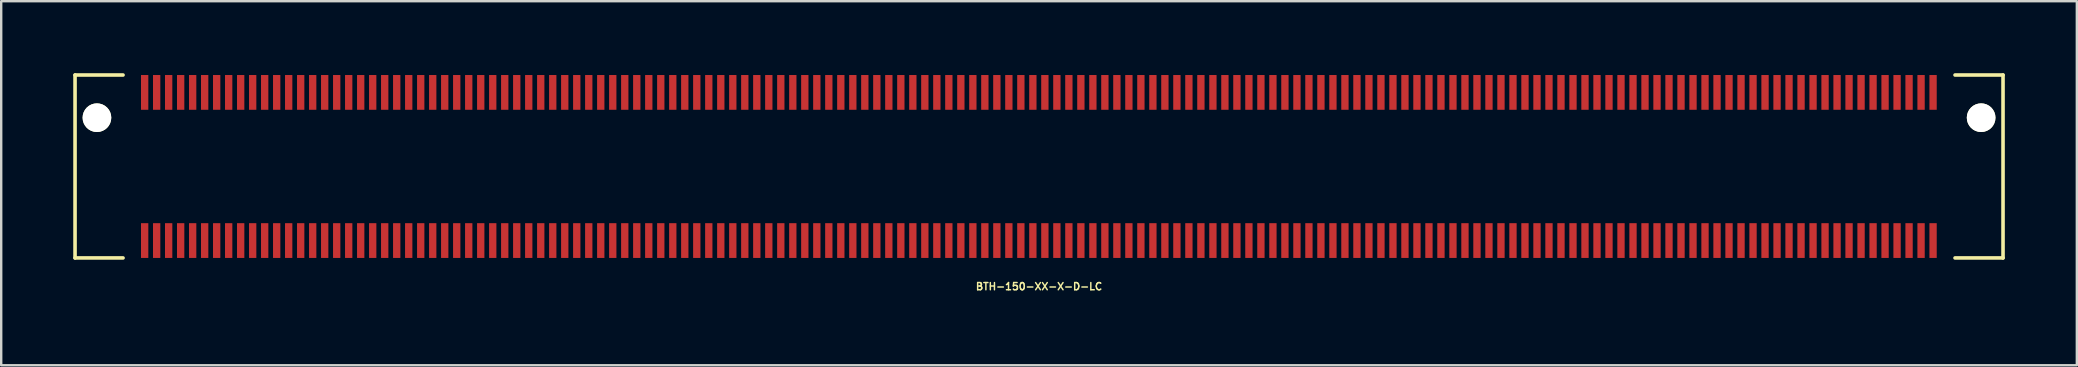
<source format=kicad_pcb>
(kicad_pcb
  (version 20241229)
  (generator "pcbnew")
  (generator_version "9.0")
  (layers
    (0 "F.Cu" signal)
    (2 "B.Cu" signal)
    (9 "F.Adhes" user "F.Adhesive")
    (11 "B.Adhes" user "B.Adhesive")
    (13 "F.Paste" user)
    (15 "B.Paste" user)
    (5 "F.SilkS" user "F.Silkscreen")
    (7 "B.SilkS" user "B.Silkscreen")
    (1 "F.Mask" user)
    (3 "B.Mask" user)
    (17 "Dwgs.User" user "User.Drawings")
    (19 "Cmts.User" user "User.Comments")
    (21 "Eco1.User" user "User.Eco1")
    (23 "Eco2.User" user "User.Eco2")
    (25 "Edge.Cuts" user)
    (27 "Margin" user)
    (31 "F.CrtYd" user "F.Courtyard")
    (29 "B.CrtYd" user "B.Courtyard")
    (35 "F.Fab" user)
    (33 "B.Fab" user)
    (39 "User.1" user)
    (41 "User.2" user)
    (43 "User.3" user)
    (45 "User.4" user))
  (footprint "BTH-150-XX-X-D-LC"
    (layer "F.Cu")
    (at 40.233 3.885)
    (property "Reference" "BTH-150-XX-X-D-LC" (at 0 5 0) (layer "F.SilkS") (effects (font (size 0.3 0.3) (thickness 0.061))))
    (attr smd)
    (fp_line (start -40.157 -3.81) (end -40.157 3.81) (stroke (width 0.15) (type solid)) (layer "F.SilkS"))
    (fp_line (start -40.157 3.81) (end -38.157 3.81) (stroke (width 0.15) (type solid)) (layer "F.SilkS"))
    (fp_line (start -38.157 -3.81) (end -40.157 -3.81) (stroke (width 0.15) (type solid)) (layer "F.SilkS"))
    (fp_line (start 38.157 -3.81) (end 40.157 -3.81) (stroke (width 0.15) (type solid)) (layer "F.SilkS"))
    (fp_line (start 40.157 -3.81) (end 40.157 3.81) (stroke (width 0.15) (type solid)) (layer "F.SilkS"))
    (fp_line (start 40.157 3.81) (end 38.157 3.81) (stroke (width 0.15) (type solid)) (layer "F.SilkS"))
    (pad "" np_thru_hole circle (at -39.245 -2.032) (size 1.194 1.194) (drill 1.194) (layers "*.Cu" "*.Mask" "F.SilkS"))
    (pad "" np_thru_hole circle (at 39.245 -2.032) (size 1.194 1.194) (drill 1.194) (layers "*.Cu" "*.Mask" "F.SilkS"))
    (pad "1" smd rect (at -37.257 -3.086) (size 0.305 1.448) (layers "F.Cu" "F.Mask" "F.Paste"))
    (pad "2" smd rect (at -37.257 3.086) (size 0.305 1.448) (layers "F.Cu" "F.Mask" "F.Paste"))
    (pad "3" smd rect (at -36.757 -3.086) (size 0.305 1.448) (layers "F.Cu" "F.Mask" "F.Paste"))
    (pad "4" smd rect (at -36.757 3.086) (size 0.305 1.448) (layers "F.Cu" "F.Mask" "F.Paste"))
    (pad "5" smd rect (at -36.257 -3.086) (size 0.305 1.448) (layers "F.Cu" "F.Mask" "F.Paste"))
    (pad "6" smd rect (at -36.257 3.086) (size 0.305 1.448) (layers "F.Cu" "F.Mask" "F.Paste"))
    (pad "7" smd rect (at -35.757 -3.086) (size 0.305 1.448) (layers "F.Cu" "F.Mask" "F.Paste"))
    (pad "8" smd rect (at -35.757 3.086) (size 0.305 1.448) (layers "F.Cu" "F.Mask" "F.Paste"))
    (pad "9" smd rect (at -35.257 -3.086) (size 0.305 1.448) (layers "F.Cu" "F.Mask" "F.Paste"))
    (pad "10" smd rect (at -35.257 3.086) (size 0.305 1.448) (layers "F.Cu" "F.Mask" "F.Paste"))
    (pad "11" smd rect (at -34.757 -3.086) (size 0.305 1.448) (layers "F.Cu" "F.Mask" "F.Paste"))
    (pad "12" smd rect (at -34.757 3.086) (size 0.305 1.448) (layers "F.Cu" "F.Mask" "F.Paste"))
    (pad "13" smd rect (at -34.257 -3.086) (size 0.305 1.448) (layers "F.Cu" "F.Mask" "F.Paste"))
    (pad "14" smd rect (at -34.257 3.086) (size 0.305 1.448) (layers "F.Cu" "F.Mask" "F.Paste"))
    (pad "15" smd rect (at -33.757 -3.086) (size 0.305 1.448) (layers "F.Cu" "F.Mask" "F.Paste"))
    (pad "16" smd rect (at -33.757 3.086) (size 0.305 1.448) (layers "F.Cu" "F.Mask" "F.Paste"))
    (pad "17" smd rect (at -33.257 -3.086) (size 0.305 1.448) (layers "F.Cu" "F.Mask" "F.Paste"))
    (pad "18" smd rect (at -33.257 3.086) (size 0.305 1.448) (layers "F.Cu" "F.Mask" "F.Paste"))
    (pad "19" smd rect (at -32.757 -3.086) (size 0.305 1.448) (layers "F.Cu" "F.Mask" "F.Paste"))
    (pad "20" smd rect (at -32.757 3.086) (size 0.305 1.448) (layers "F.Cu" "F.Mask" "F.Paste"))
    (pad "21" smd rect (at -32.257 -3.086) (size 0.305 1.448) (layers "F.Cu" "F.Mask" "F.Paste"))
    (pad "22" smd rect (at -32.257 3.086) (size 0.305 1.448) (layers "F.Cu" "F.Mask" "F.Paste"))
    (pad "23" smd rect (at -31.757 -3.086) (size 0.305 1.448) (layers "F.Cu" "F.Mask" "F.Paste"))
    (pad "24" smd rect (at -31.757 3.086) (size 0.305 1.448) (layers "F.Cu" "F.Mask" "F.Paste"))
    (pad "25" smd rect (at -31.257 -3.086) (size 0.305 1.448) (layers "F.Cu" "F.Mask" "F.Paste"))
    (pad "26" smd rect (at -31.257 3.086) (size 0.305 1.448) (layers "F.Cu" "F.Mask" "F.Paste"))
    (pad "27" smd rect (at -30.757 -3.086) (size 0.305 1.448) (layers "F.Cu" "F.Mask" "F.Paste"))
    (pad "28" smd rect (at -30.757 3.086) (size 0.305 1.448) (layers "F.Cu" "F.Mask" "F.Paste"))
    (pad "29" smd rect (at -30.257 -3.086) (size 0.305 1.448) (layers "F.Cu" "F.Mask" "F.Paste"))
    (pad "30" smd rect (at -30.257 3.086) (size 0.305 1.448) (layers "F.Cu" "F.Mask" "F.Paste"))
    (pad "31" smd rect (at -29.757 -3.086) (size 0.305 1.448) (layers "F.Cu" "F.Mask" "F.Paste"))
    (pad "32" smd rect (at -29.757 3.086) (size 0.305 1.448) (layers "F.Cu" "F.Mask" "F.Paste"))
    (pad "33" smd rect (at -29.257 -3.086) (size 0.305 1.448) (layers "F.Cu" "F.Mask" "F.Paste"))
    (pad "34" smd rect (at -29.257 3.086) (size 0.305 1.448) (layers "F.Cu" "F.Mask" "F.Paste"))
    (pad "35" smd rect (at -28.757 -3.086) (size 0.305 1.448) (layers "F.Cu" "F.Mask" "F.Paste"))
    (pad "36" smd rect (at -28.757 3.086) (size 0.305 1.448) (layers "F.Cu" "F.Mask" "F.Paste"))
    (pad "37" smd rect (at -28.257 -3.086) (size 0.305 1.448) (layers "F.Cu" "F.Mask" "F.Paste"))
    (pad "38" smd rect (at -28.257 3.086) (size 0.305 1.448) (layers "F.Cu" "F.Mask" "F.Paste"))
    (pad "39" smd rect (at -27.757 -3.086) (size 0.305 1.448) (layers "F.Cu" "F.Mask" "F.Paste"))
    (pad "40" smd rect (at -27.757 3.086) (size 0.305 1.448) (layers "F.Cu" "F.Mask" "F.Paste"))
    (pad "41" smd rect (at -27.257 -3.086) (size 0.305 1.448) (layers "F.Cu" "F.Mask" "F.Paste"))
    (pad "42" smd rect (at -27.257 3.086) (size 0.305 1.448) (layers "F.Cu" "F.Mask" "F.Paste"))
    (pad "43" smd rect (at -26.757 -3.086) (size 0.305 1.448) (layers "F.Cu" "F.Mask" "F.Paste"))
    (pad "44" smd rect (at -26.757 3.086) (size 0.305 1.448) (layers "F.Cu" "F.Mask" "F.Paste"))
    (pad "45" smd rect (at -26.257 -3.086) (size 0.305 1.448) (layers "F.Cu" "F.Mask" "F.Paste"))
    (pad "46" smd rect (at -26.257 3.086) (size 0.305 1.448) (layers "F.Cu" "F.Mask" "F.Paste"))
    (pad "47" smd rect (at -25.757 -3.086) (size 0.305 1.448) (layers "F.Cu" "F.Mask" "F.Paste"))
    (pad "48" smd rect (at -25.757 3.086) (size 0.305 1.448) (layers "F.Cu" "F.Mask" "F.Paste"))
    (pad "49" smd rect (at -25.257 -3.086) (size 0.305 1.448) (layers "F.Cu" "F.Mask" "F.Paste"))
    (pad "50" smd rect (at -25.257 3.086) (size 0.305 1.448) (layers "F.Cu" "F.Mask" "F.Paste"))
    (pad "51" smd rect (at -24.757 -3.086) (size 0.305 1.448) (layers "F.Cu" "F.Mask" "F.Paste"))
    (pad "52" smd rect (at -24.757 3.086) (size 0.305 1.448) (layers "F.Cu" "F.Mask" "F.Paste"))
    (pad "53" smd rect (at -24.257 -3.086) (size 0.305 1.448) (layers "F.Cu" "F.Mask" "F.Paste"))
    (pad "54" smd rect (at -24.257 3.086) (size 0.305 1.448) (layers "F.Cu" "F.Mask" "F.Paste"))
    (pad "55" smd rect (at -23.757 -3.086) (size 0.305 1.448) (layers "F.Cu" "F.Mask" "F.Paste"))
    (pad "56" smd rect (at -23.757 3.086) (size 0.305 1.448) (layers "F.Cu" "F.Mask" "F.Paste"))
    (pad "57" smd rect (at -23.257 -3.086) (size 0.305 1.448) (layers "F.Cu" "F.Mask" "F.Paste"))
    (pad "58" smd rect (at -23.257 3.086) (size 0.305 1.448) (layers "F.Cu" "F.Mask" "F.Paste"))
    (pad "59" smd rect (at -22.757 -3.086) (size 0.305 1.448) (layers "F.Cu" "F.Mask" "F.Paste"))
    (pad "60" smd rect (at -22.757 3.086) (size 0.305 1.448) (layers "F.Cu" "F.Mask" "F.Paste"))
    (pad "61" smd rect (at -22.257 -3.086) (size 0.305 1.448) (layers "F.Cu" "F.Mask" "F.Paste"))
    (pad "62" smd rect (at -22.257 3.086) (size 0.305 1.448) (layers "F.Cu" "F.Mask" "F.Paste"))
    (pad "63" smd rect (at -21.757 -3.086) (size 0.305 1.448) (layers "F.Cu" "F.Mask" "F.Paste"))
    (pad "64" smd rect (at -21.757 3.086) (size 0.305 1.448) (layers "F.Cu" "F.Mask" "F.Paste"))
    (pad "65" smd rect (at -21.257 -3.086) (size 0.305 1.448) (layers "F.Cu" "F.Mask" "F.Paste"))
    (pad "66" smd rect (at -21.257 3.086) (size 0.305 1.448) (layers "F.Cu" "F.Mask" "F.Paste"))
    (pad "67" smd rect (at -20.757 -3.086) (size 0.305 1.448) (layers "F.Cu" "F.Mask" "F.Paste"))
    (pad "68" smd rect (at -20.757 3.086) (size 0.305 1.448) (layers "F.Cu" "F.Mask" "F.Paste"))
    (pad "69" smd rect (at -20.257 -3.086) (size 0.305 1.448) (layers "F.Cu" "F.Mask" "F.Paste"))
    (pad "70" smd rect (at -20.257 3.086) (size 0.305 1.448) (layers "F.Cu" "F.Mask" "F.Paste"))
    (pad "71" smd rect (at -19.757 -3.086) (size 0.305 1.448) (layers "F.Cu" "F.Mask" "F.Paste"))
    (pad "72" smd rect (at -19.757 3.086) (size 0.305 1.448) (layers "F.Cu" "F.Mask" "F.Paste"))
    (pad "73" smd rect (at -19.257 -3.086) (size 0.305 1.448) (layers "F.Cu" "F.Mask" "F.Paste"))
    (pad "74" smd rect (at -19.257 3.086) (size 0.305 1.448) (layers "F.Cu" "F.Mask" "F.Paste"))
    (pad "75" smd rect (at -18.757 -3.086) (size 0.305 1.448) (layers "F.Cu" "F.Mask" "F.Paste"))
    (pad "76" smd rect (at -18.757 3.086) (size 0.305 1.448) (layers "F.Cu" "F.Mask" "F.Paste"))
    (pad "77" smd rect (at -18.257 -3.086) (size 0.305 1.448) (layers "F.Cu" "F.Mask" "F.Paste"))
    (pad "78" smd rect (at -18.257 3.086) (size 0.305 1.448) (layers "F.Cu" "F.Mask" "F.Paste"))
    (pad "79" smd rect (at -17.757 -3.086) (size 0.305 1.448) (layers "F.Cu" "F.Mask" "F.Paste"))
    (pad "80" smd rect (at -17.757 3.086) (size 0.305 1.448) (layers "F.Cu" "F.Mask" "F.Paste"))
    (pad "81" smd rect (at -17.257 -3.086) (size 0.305 1.448) (layers "F.Cu" "F.Mask" "F.Paste"))
    (pad "82" smd rect (at -17.257 3.086) (size 0.305 1.448) (layers "F.Cu" "F.Mask" "F.Paste"))
    (pad "83" smd rect (at -16.757 -3.086) (size 0.305 1.448) (layers "F.Cu" "F.Mask" "F.Paste"))
    (pad "84" smd rect (at -16.757 3.086) (size 0.305 1.448) (layers "F.Cu" "F.Mask" "F.Paste"))
    (pad "85" smd rect (at -16.257 -3.086) (size 0.305 1.448) (layers "F.Cu" "F.Mask" "F.Paste"))
    (pad "86" smd rect (at -16.257 3.086) (size 0.305 1.448) (layers "F.Cu" "F.Mask" "F.Paste"))
    (pad "87" smd rect (at -15.757 -3.086) (size 0.305 1.448) (layers "F.Cu" "F.Mask" "F.Paste"))
    (pad "88" smd rect (at -15.757 3.086) (size 0.305 1.448) (layers "F.Cu" "F.Mask" "F.Paste"))
    (pad "89" smd rect (at -15.257 -3.086) (size 0.305 1.448) (layers "F.Cu" "F.Mask" "F.Paste"))
    (pad "90" smd rect (at -15.257 3.086) (size 0.305 1.448) (layers "F.Cu" "F.Mask" "F.Paste"))
    (pad "91" smd rect (at -14.757 -3.086) (size 0.305 1.448) (layers "F.Cu" "F.Mask" "F.Paste"))
    (pad "92" smd rect (at -14.757 3.086) (size 0.305 1.448) (layers "F.Cu" "F.Mask" "F.Paste"))
    (pad "93" smd rect (at -14.257 -3.086) (size 0.305 1.448) (layers "F.Cu" "F.Mask" "F.Paste"))
    (pad "94" smd rect (at -14.257 3.086) (size 0.305 1.448) (layers "F.Cu" "F.Mask" "F.Paste"))
    (pad "95" smd rect (at -13.757 -3.086) (size 0.305 1.448) (layers "F.Cu" "F.Mask" "F.Paste"))
    (pad "96" smd rect (at -13.757 3.086) (size 0.305 1.448) (layers "F.Cu" "F.Mask" "F.Paste"))
    (pad "97" smd rect (at -13.257 -3.086) (size 0.305 1.448) (layers "F.Cu" "F.Mask" "F.Paste"))
    (pad "98" smd rect (at -13.257 3.086) (size 0.305 1.448) (layers "F.Cu" "F.Mask" "F.Paste"))
    (pad "99" smd rect (at -12.757 -3.086) (size 0.305 1.448) (layers "F.Cu" "F.Mask" "F.Paste"))
    (pad "100" smd rect (at -12.757 3.086) (size 0.305 1.448) (layers "F.Cu" "F.Mask" "F.Paste"))
    (pad "101" smd rect (at -12.257 -3.086) (size 0.305 1.448) (layers "F.Cu" "F.Mask" "F.Paste"))
    (pad "102" smd rect (at -12.257 3.086) (size 0.305 1.448) (layers "F.Cu" "F.Mask" "F.Paste"))
    (pad "103" smd rect (at -11.757 -3.086) (size 0.305 1.448) (layers "F.Cu" "F.Mask" "F.Paste"))
    (pad "104" smd rect (at -11.757 3.086) (size 0.305 1.448) (layers "F.Cu" "F.Mask" "F.Paste"))
    (pad "105" smd rect (at -11.257 -3.086) (size 0.305 1.448) (layers "F.Cu" "F.Mask" "F.Paste"))
    (pad "106" smd rect (at -11.257 3.086) (size 0.305 1.448) (layers "F.Cu" "F.Mask" "F.Paste"))
    (pad "107" smd rect (at -10.757 -3.086) (size 0.305 1.448) (layers "F.Cu" "F.Mask" "F.Paste"))
    (pad "108" smd rect (at -10.757 3.086) (size 0.305 1.448) (layers "F.Cu" "F.Mask" "F.Paste"))
    (pad "109" smd rect (at -10.257 -3.086) (size 0.305 1.448) (layers "F.Cu" "F.Mask" "F.Paste"))
    (pad "110" smd rect (at -10.257 3.086) (size 0.305 1.448) (layers "F.Cu" "F.Mask" "F.Paste"))
    (pad "111" smd rect (at -9.757 -3.086) (size 0.305 1.448) (layers "F.Cu" "F.Mask" "F.Paste"))
    (pad "112" smd rect (at -9.757 3.086) (size 0.305 1.448) (layers "F.Cu" "F.Mask" "F.Paste"))
    (pad "113" smd rect (at -9.257 -3.086) (size 0.305 1.448) (layers "F.Cu" "F.Mask" "F.Paste"))
    (pad "114" smd rect (at -9.257 3.086) (size 0.305 1.448) (layers "F.Cu" "F.Mask" "F.Paste"))
    (pad "115" smd rect (at -8.757 -3.086) (size 0.305 1.448) (layers "F.Cu" "F.Mask" "F.Paste"))
    (pad "116" smd rect (at -8.757 3.086) (size 0.305 1.448) (layers "F.Cu" "F.Mask" "F.Paste"))
    (pad "117" smd rect (at -8.257 -3.086) (size 0.305 1.448) (layers "F.Cu" "F.Mask" "F.Paste"))
    (pad "118" smd rect (at -8.257 3.086) (size 0.305 1.448) (layers "F.Cu" "F.Mask" "F.Paste"))
    (pad "119" smd rect (at -7.757 -3.086) (size 0.305 1.448) (layers "F.Cu" "F.Mask" "F.Paste"))
    (pad "120" smd rect (at -7.757 3.086) (size 0.305 1.448) (layers "F.Cu" "F.Mask" "F.Paste"))
    (pad "121" smd rect (at -7.257 -3.086) (size 0.305 1.448) (layers "F.Cu" "F.Mask" "F.Paste"))
    (pad "122" smd rect (at -7.257 3.086) (size 0.305 1.448) (layers "F.Cu" "F.Mask" "F.Paste"))
    (pad "123" smd rect (at -6.757 -3.086) (size 0.305 1.448) (layers "F.Cu" "F.Mask" "F.Paste"))
    (pad "124" smd rect (at -6.757 3.086) (size 0.305 1.448) (layers "F.Cu" "F.Mask" "F.Paste"))
    (pad "125" smd rect (at -6.257 -3.086) (size 0.305 1.448) (layers "F.Cu" "F.Mask" "F.Paste"))
    (pad "126" smd rect (at -6.257 3.086) (size 0.305 1.448) (layers "F.Cu" "F.Mask" "F.Paste"))
    (pad "127" smd rect (at -5.757 -3.086) (size 0.305 1.448) (layers "F.Cu" "F.Mask" "F.Paste"))
    (pad "128" smd rect (at -5.757 3.086) (size 0.305 1.448) (layers "F.Cu" "F.Mask" "F.Paste"))
    (pad "129" smd rect (at -5.257 -3.086) (size 0.305 1.448) (layers "F.Cu" "F.Mask" "F.Paste"))
    (pad "130" smd rect (at -5.257 3.086) (size 0.305 1.448) (layers "F.Cu" "F.Mask" "F.Paste"))
    (pad "131" smd rect (at -4.757 -3.086) (size 0.305 1.448) (layers "F.Cu" "F.Mask" "F.Paste"))
    (pad "132" smd rect (at -4.757 3.086) (size 0.305 1.448) (layers "F.Cu" "F.Mask" "F.Paste"))
    (pad "133" smd rect (at -4.257 -3.086) (size 0.305 1.448) (layers "F.Cu" "F.Mask" "F.Paste"))
    (pad "134" smd rect (at -4.257 3.086) (size 0.305 1.448) (layers "F.Cu" "F.Mask" "F.Paste"))
    (pad "135" smd rect (at -3.757 -3.086) (size 0.305 1.448) (layers "F.Cu" "F.Mask" "F.Paste"))
    (pad "136" smd rect (at -3.757 3.086) (size 0.305 1.448) (layers "F.Cu" "F.Mask" "F.Paste"))
    (pad "137" smd rect (at -3.257 -3.086) (size 0.305 1.448) (layers "F.Cu" "F.Mask" "F.Paste"))
    (pad "138" smd rect (at -3.257 3.086) (size 0.305 1.448) (layers "F.Cu" "F.Mask" "F.Paste"))
    (pad "139" smd rect (at -2.757 -3.086) (size 0.305 1.448) (layers "F.Cu" "F.Mask" "F.Paste"))
    (pad "140" smd rect (at -2.757 3.086) (size 0.305 1.448) (layers "F.Cu" "F.Mask" "F.Paste"))
    (pad "141" smd rect (at -2.257 -3.086) (size 0.305 1.448) (layers "F.Cu" "F.Mask" "F.Paste"))
    (pad "142" smd rect (at -2.257 3.086) (size 0.305 1.448) (layers "F.Cu" "F.Mask" "F.Paste"))
    (pad "143" smd rect (at -1.757 -3.086) (size 0.305 1.448) (layers "F.Cu" "F.Mask" "F.Paste"))
    (pad "144" smd rect (at -1.757 3.086) (size 0.305 1.448) (layers "F.Cu" "F.Mask" "F.Paste"))
    (pad "145" smd rect (at -1.257 -3.086) (size 0.305 1.448) (layers "F.Cu" "F.Mask" "F.Paste"))
    (pad "146" smd rect (at -1.257 3.086) (size 0.305 1.448) (layers "F.Cu" "F.Mask" "F.Paste"))
    (pad "147" smd rect (at -0.757 -3.086) (size 0.305 1.448) (layers "F.Cu" "F.Mask" "F.Paste"))
    (pad "148" smd rect (at -0.757 3.086) (size 0.305 1.448) (layers "F.Cu" "F.Mask" "F.Paste"))
    (pad "149" smd rect (at -0.257 -3.086) (size 0.305 1.448) (layers "F.Cu" "F.Mask" "F.Paste"))
    (pad "150" smd rect (at -0.257 3.086) (size 0.305 1.448) (layers "F.Cu" "F.Mask" "F.Paste"))
    (pad "151" smd rect (at 0.243 -3.086) (size 0.305 1.448) (layers "F.Cu" "F.Mask" "F.Paste"))
    (pad "152" smd rect (at 0.243 3.086) (size 0.305 1.448) (layers "F.Cu" "F.Mask" "F.Paste"))
    (pad "153" smd rect (at 0.743 -3.086) (size 0.305 1.448) (layers "F.Cu" "F.Mask" "F.Paste"))
    (pad "154" smd rect (at 0.743 3.086) (size 0.305 1.448) (layers "F.Cu" "F.Mask" "F.Paste"))
    (pad "155" smd rect (at 1.243 -3.086) (size 0.305 1.448) (layers "F.Cu" "F.Mask" "F.Paste"))
    (pad "156" smd rect (at 1.243 3.086) (size 0.305 1.448) (layers "F.Cu" "F.Mask" "F.Paste"))
    (pad "157" smd rect (at 1.743 -3.086) (size 0.305 1.448) (layers "F.Cu" "F.Mask" "F.Paste"))
    (pad "158" smd rect (at 1.743 3.086) (size 0.305 1.448) (layers "F.Cu" "F.Mask" "F.Paste"))
    (pad "159" smd rect (at 2.243 -3.086) (size 0.305 1.448) (layers "F.Cu" "F.Mask" "F.Paste"))
    (pad "160" smd rect (at 2.243 3.086) (size 0.305 1.448) (layers "F.Cu" "F.Mask" "F.Paste"))
    (pad "161" smd rect (at 2.743 -3.086) (size 0.305 1.448) (layers "F.Cu" "F.Mask" "F.Paste"))
    (pad "162" smd rect (at 2.743 3.086) (size 0.305 1.448) (layers "F.Cu" "F.Mask" "F.Paste"))
    (pad "163" smd rect (at 3.243 -3.086) (size 0.305 1.448) (layers "F.Cu" "F.Mask" "F.Paste"))
    (pad "164" smd rect (at 3.243 3.086) (size 0.305 1.448) (layers "F.Cu" "F.Mask" "F.Paste"))
    (pad "165" smd rect (at 3.743 -3.086) (size 0.305 1.448) (layers "F.Cu" "F.Mask" "F.Paste"))
    (pad "166" smd rect (at 3.743 3.086) (size 0.305 1.448) (layers "F.Cu" "F.Mask" "F.Paste"))
    (pad "167" smd rect (at 4.243 -3.086) (size 0.305 1.448) (layers "F.Cu" "F.Mask" "F.Paste"))
    (pad "168" smd rect (at 4.243 3.086) (size 0.305 1.448) (layers "F.Cu" "F.Mask" "F.Paste"))
    (pad "169" smd rect (at 4.743 -3.086) (size 0.305 1.448) (layers "F.Cu" "F.Mask" "F.Paste"))
    (pad "170" smd rect (at 4.743 3.086) (size 0.305 1.448) (layers "F.Cu" "F.Mask" "F.Paste"))
    (pad "171" smd rect (at 5.243 -3.086) (size 0.305 1.448) (layers "F.Cu" "F.Mask" "F.Paste"))
    (pad "172" smd rect (at 5.243 3.086) (size 0.305 1.448) (layers "F.Cu" "F.Mask" "F.Paste"))
    (pad "173" smd rect (at 5.743 -3.086) (size 0.305 1.448) (layers "F.Cu" "F.Mask" "F.Paste"))
    (pad "174" smd rect (at 5.743 3.086) (size 0.305 1.448) (layers "F.Cu" "F.Mask" "F.Paste"))
    (pad "175" smd rect (at 6.243 -3.086) (size 0.305 1.448) (layers "F.Cu" "F.Mask" "F.Paste"))
    (pad "176" smd rect (at 6.243 3.086) (size 0.305 1.448) (layers "F.Cu" "F.Mask" "F.Paste"))
    (pad "177" smd rect (at 6.743 -3.086) (size 0.305 1.448) (layers "F.Cu" "F.Mask" "F.Paste"))
    (pad "178" smd rect (at 6.743 3.086) (size 0.305 1.448) (layers "F.Cu" "F.Mask" "F.Paste"))
    (pad "179" smd rect (at 7.243 -3.086) (size 0.305 1.448) (layers "F.Cu" "F.Mask" "F.Paste"))
    (pad "180" smd rect (at 7.243 3.086) (size 0.305 1.448) (layers "F.Cu" "F.Mask" "F.Paste"))
    (pad "181" smd rect (at 7.743 -3.086) (size 0.305 1.448) (layers "F.Cu" "F.Mask" "F.Paste"))
    (pad "182" smd rect (at 7.743 3.086) (size 0.305 1.448) (layers "F.Cu" "F.Mask" "F.Paste"))
    (pad "183" smd rect (at 8.243 -3.086) (size 0.305 1.448) (layers "F.Cu" "F.Mask" "F.Paste"))
    (pad "184" smd rect (at 8.243 3.086) (size 0.305 1.448) (layers "F.Cu" "F.Mask" "F.Paste"))
    (pad "185" smd rect (at 8.743 -3.086) (size 0.305 1.448) (layers "F.Cu" "F.Mask" "F.Paste"))
    (pad "186" smd rect (at 8.743 3.086) (size 0.305 1.448) (layers "F.Cu" "F.Mask" "F.Paste"))
    (pad "187" smd rect (at 9.243 -3.086) (size 0.305 1.448) (layers "F.Cu" "F.Mask" "F.Paste"))
    (pad "188" smd rect (at 9.243 3.086) (size 0.305 1.448) (layers "F.Cu" "F.Mask" "F.Paste"))
    (pad "189" smd rect (at 9.743 -3.086) (size 0.305 1.448) (layers "F.Cu" "F.Mask" "F.Paste"))
    (pad "190" smd rect (at 9.743 3.086) (size 0.305 1.448) (layers "F.Cu" "F.Mask" "F.Paste"))
    (pad "191" smd rect (at 10.243 -3.086) (size 0.305 1.448) (layers "F.Cu" "F.Mask" "F.Paste"))
    (pad "192" smd rect (at 10.243 3.086) (size 0.305 1.448) (layers "F.Cu" "F.Mask" "F.Paste"))
    (pad "193" smd rect (at 10.743 -3.086) (size 0.305 1.448) (layers "F.Cu" "F.Mask" "F.Paste"))
    (pad "194" smd rect (at 10.743 3.086) (size 0.305 1.448) (layers "F.Cu" "F.Mask" "F.Paste"))
    (pad "195" smd rect (at 11.243 -3.086) (size 0.305 1.448) (layers "F.Cu" "F.Mask" "F.Paste"))
    (pad "196" smd rect (at 11.243 3.086) (size 0.305 1.448) (layers "F.Cu" "F.Mask" "F.Paste"))
    (pad "197" smd rect (at 11.743 -3.086) (size 0.305 1.448) (layers "F.Cu" "F.Mask" "F.Paste"))
    (pad "198" smd rect (at 11.743 3.086) (size 0.305 1.448) (layers "F.Cu" "F.Mask" "F.Paste"))
    (pad "199" smd rect (at 12.243 -3.086) (size 0.305 1.448) (layers "F.Cu" "F.Mask" "F.Paste"))
    (pad "200" smd rect (at 12.243 3.086) (size 0.305 1.448) (layers "F.Cu" "F.Mask" "F.Paste"))
    (pad "201" smd rect (at 12.743 -3.086) (size 0.305 1.448) (layers "F.Cu" "F.Mask" "F.Paste"))
    (pad "202" smd rect (at 12.743 3.086) (size 0.305 1.448) (layers "F.Cu" "F.Mask" "F.Paste"))
    (pad "203" smd rect (at 13.243 -3.086) (size 0.305 1.448) (layers "F.Cu" "F.Mask" "F.Paste"))
    (pad "204" smd rect (at 13.243 3.086) (size 0.305 1.448) (layers "F.Cu" "F.Mask" "F.Paste"))
    (pad "205" smd rect (at 13.743 -3.086) (size 0.305 1.448) (layers "F.Cu" "F.Mask" "F.Paste"))
    (pad "206" smd rect (at 13.743 3.086) (size 0.305 1.448) (layers "F.Cu" "F.Mask" "F.Paste"))
    (pad "207" smd rect (at 14.243 -3.086) (size 0.305 1.448) (layers "F.Cu" "F.Mask" "F.Paste"))
    (pad "208" smd rect (at 14.243 3.086) (size 0.305 1.448) (layers "F.Cu" "F.Mask" "F.Paste"))
    (pad "209" smd rect (at 14.743 -3.086) (size 0.305 1.448) (layers "F.Cu" "F.Mask" "F.Paste"))
    (pad "210" smd rect (at 14.743 3.086) (size 0.305 1.448) (layers "F.Cu" "F.Mask" "F.Paste"))
    (pad "211" smd rect (at 15.243 -3.086) (size 0.305 1.448) (layers "F.Cu" "F.Mask" "F.Paste"))
    (pad "212" smd rect (at 15.243 3.086) (size 0.305 1.448) (layers "F.Cu" "F.Mask" "F.Paste"))
    (pad "213" smd rect (at 15.743 -3.086) (size 0.305 1.448) (layers "F.Cu" "F.Mask" "F.Paste"))
    (pad "214" smd rect (at 15.743 3.086) (size 0.305 1.448) (layers "F.Cu" "F.Mask" "F.Paste"))
    (pad "215" smd rect (at 16.243 -3.086) (size 0.305 1.448) (layers "F.Cu" "F.Mask" "F.Paste"))
    (pad "216" smd rect (at 16.243 3.086) (size 0.305 1.448) (layers "F.Cu" "F.Mask" "F.Paste"))
    (pad "217" smd rect (at 16.743 -3.086) (size 0.305 1.448) (layers "F.Cu" "F.Mask" "F.Paste"))
    (pad "218" smd rect (at 16.743 3.086) (size 0.305 1.448) (layers "F.Cu" "F.Mask" "F.Paste"))
    (pad "219" smd rect (at 17.243 -3.086) (size 0.305 1.448) (layers "F.Cu" "F.Mask" "F.Paste"))
    (pad "220" smd rect (at 17.243 3.086) (size 0.305 1.448) (layers "F.Cu" "F.Mask" "F.Paste"))
    (pad "221" smd rect (at 17.743 -3.086) (size 0.305 1.448) (layers "F.Cu" "F.Mask" "F.Paste"))
    (pad "222" smd rect (at 17.743 3.086) (size 0.305 1.448) (layers "F.Cu" "F.Mask" "F.Paste"))
    (pad "223" smd rect (at 18.243 -3.086) (size 0.305 1.448) (layers "F.Cu" "F.Mask" "F.Paste"))
    (pad "224" smd rect (at 18.243 3.086) (size 0.305 1.448) (layers "F.Cu" "F.Mask" "F.Paste"))
    (pad "225" smd rect (at 18.743 -3.086) (size 0.305 1.448) (layers "F.Cu" "F.Mask" "F.Paste"))
    (pad "226" smd rect (at 18.743 3.086) (size 0.305 1.448) (layers "F.Cu" "F.Mask" "F.Paste"))
    (pad "227" smd rect (at 19.243 -3.086) (size 0.305 1.448) (layers "F.Cu" "F.Mask" "F.Paste"))
    (pad "228" smd rect (at 19.243 3.086) (size 0.305 1.448) (layers "F.Cu" "F.Mask" "F.Paste"))
    (pad "229" smd rect (at 19.743 -3.086) (size 0.305 1.448) (layers "F.Cu" "F.Mask" "F.Paste"))
    (pad "230" smd rect (at 19.743 3.086) (size 0.305 1.448) (layers "F.Cu" "F.Mask" "F.Paste"))
    (pad "231" smd rect (at 20.243 -3.086) (size 0.305 1.448) (layers "F.Cu" "F.Mask" "F.Paste"))
    (pad "232" smd rect (at 20.243 3.086) (size 0.305 1.448) (layers "F.Cu" "F.Mask" "F.Paste"))
    (pad "233" smd rect (at 20.743 -3.086) (size 0.305 1.448) (layers "F.Cu" "F.Mask" "F.Paste"))
    (pad "234" smd rect (at 20.743 3.086) (size 0.305 1.448) (layers "F.Cu" "F.Mask" "F.Paste"))
    (pad "235" smd rect (at 21.243 -3.086) (size 0.305 1.448) (layers "F.Cu" "F.Mask" "F.Paste"))
    (pad "236" smd rect (at 21.243 3.086) (size 0.305 1.448) (layers "F.Cu" "F.Mask" "F.Paste"))
    (pad "237" smd rect (at 21.743 -3.086) (size 0.305 1.448) (layers "F.Cu" "F.Mask" "F.Paste"))
    (pad "238" smd rect (at 21.743 3.086) (size 0.305 1.448) (layers "F.Cu" "F.Mask" "F.Paste"))
    (pad "239" smd rect (at 22.243 -3.086) (size 0.305 1.448) (layers "F.Cu" "F.Mask" "F.Paste"))
    (pad "240" smd rect (at 22.243 3.086) (size 0.305 1.448) (layers "F.Cu" "F.Mask" "F.Paste"))
    (pad "241" smd rect (at 22.743 -3.086) (size 0.305 1.448) (layers "F.Cu" "F.Mask" "F.Paste"))
    (pad "242" smd rect (at 22.743 3.086) (size 0.305 1.448) (layers "F.Cu" "F.Mask" "F.Paste"))
    (pad "243" smd rect (at 23.243 -3.086) (size 0.305 1.448) (layers "F.Cu" "F.Mask" "F.Paste"))
    (pad "244" smd rect (at 23.243 3.086) (size 0.305 1.448) (layers "F.Cu" "F.Mask" "F.Paste"))
    (pad "245" smd rect (at 23.743 -3.086) (size 0.305 1.448) (layers "F.Cu" "F.Mask" "F.Paste"))
    (pad "246" smd rect (at 23.743 3.086) (size 0.305 1.448) (layers "F.Cu" "F.Mask" "F.Paste"))
    (pad "247" smd rect (at 24.243 -3.086) (size 0.305 1.448) (layers "F.Cu" "F.Mask" "F.Paste"))
    (pad "248" smd rect (at 24.243 3.086) (size 0.305 1.448) (layers "F.Cu" "F.Mask" "F.Paste"))
    (pad "249" smd rect (at 24.743 -3.086) (size 0.305 1.448) (layers "F.Cu" "F.Mask" "F.Paste"))
    (pad "250" smd rect (at 24.743 3.086) (size 0.305 1.448) (layers "F.Cu" "F.Mask" "F.Paste"))
    (pad "251" smd rect (at 25.243 -3.086) (size 0.305 1.448) (layers "F.Cu" "F.Mask" "F.Paste"))
    (pad "252" smd rect (at 25.243 3.086) (size 0.305 1.448) (layers "F.Cu" "F.Mask" "F.Paste"))
    (pad "253" smd rect (at 25.743 -3.086) (size 0.305 1.448) (layers "F.Cu" "F.Mask" "F.Paste"))
    (pad "254" smd rect (at 25.743 3.086) (size 0.305 1.448) (layers "F.Cu" "F.Mask" "F.Paste"))
    (pad "255" smd rect (at 26.243 -3.086) (size 0.305 1.448) (layers "F.Cu" "F.Mask" "F.Paste"))
    (pad "256" smd rect (at 26.243 3.086) (size 0.305 1.448) (layers "F.Cu" "F.Mask" "F.Paste"))
    (pad "257" smd rect (at 26.743 -3.086) (size 0.305 1.448) (layers "F.Cu" "F.Mask" "F.Paste"))
    (pad "258" smd rect (at 26.743 3.086) (size 0.305 1.448) (layers "F.Cu" "F.Mask" "F.Paste"))
    (pad "259" smd rect (at 27.243 -3.086) (size 0.305 1.448) (layers "F.Cu" "F.Mask" "F.Paste"))
    (pad "260" smd rect (at 27.243 3.086) (size 0.305 1.448) (layers "F.Cu" "F.Mask" "F.Paste"))
    (pad "261" smd rect (at 27.743 -3.086) (size 0.305 1.448) (layers "F.Cu" "F.Mask" "F.Paste"))
    (pad "262" smd rect (at 27.743 3.086) (size 0.305 1.448) (layers "F.Cu" "F.Mask" "F.Paste"))
    (pad "263" smd rect (at 28.243 -3.086) (size 0.305 1.448) (layers "F.Cu" "F.Mask" "F.Paste"))
    (pad "264" smd rect (at 28.243 3.086) (size 0.305 1.448) (layers "F.Cu" "F.Mask" "F.Paste"))
    (pad "265" smd rect (at 28.743 -3.086) (size 0.305 1.448) (layers "F.Cu" "F.Mask" "F.Paste"))
    (pad "266" smd rect (at 28.743 3.086) (size 0.305 1.448) (layers "F.Cu" "F.Mask" "F.Paste"))
    (pad "267" smd rect (at 29.243 -3.086) (size 0.305 1.448) (layers "F.Cu" "F.Mask" "F.Paste"))
    (pad "268" smd rect (at 29.243 3.086) (size 0.305 1.448) (layers "F.Cu" "F.Mask" "F.Paste"))
    (pad "269" smd rect (at 29.743 -3.086) (size 0.305 1.448) (layers "F.Cu" "F.Mask" "F.Paste"))
    (pad "270" smd rect (at 29.743 3.086) (size 0.305 1.448) (layers "F.Cu" "F.Mask" "F.Paste"))
    (pad "271" smd rect (at 30.243 -3.086) (size 0.305 1.448) (layers "F.Cu" "F.Mask" "F.Paste"))
    (pad "272" smd rect (at 30.243 3.086) (size 0.305 1.448) (layers "F.Cu" "F.Mask" "F.Paste"))
    (pad "273" smd rect (at 30.743 -3.086) (size 0.305 1.448) (layers "F.Cu" "F.Mask" "F.Paste"))
    (pad "274" smd rect (at 30.743 3.086) (size 0.305 1.448) (layers "F.Cu" "F.Mask" "F.Paste"))
    (pad "275" smd rect (at 31.243 -3.086) (size 0.305 1.448) (layers "F.Cu" "F.Mask" "F.Paste"))
    (pad "276" smd rect (at 31.243 3.086) (size 0.305 1.448) (layers "F.Cu" "F.Mask" "F.Paste"))
    (pad "277" smd rect (at 31.743 -3.086) (size 0.305 1.448) (layers "F.Cu" "F.Mask" "F.Paste"))
    (pad "278" smd rect (at 31.743 3.086) (size 0.305 1.448) (layers "F.Cu" "F.Mask" "F.Paste"))
    (pad "279" smd rect (at 32.243 -3.086) (size 0.305 1.448) (layers "F.Cu" "F.Mask" "F.Paste"))
    (pad "280" smd rect (at 32.243 3.086) (size 0.305 1.448) (layers "F.Cu" "F.Mask" "F.Paste"))
    (pad "281" smd rect (at 32.743 -3.086) (size 0.305 1.448) (layers "F.Cu" "F.Mask" "F.Paste"))
    (pad "282" smd rect (at 32.743 3.086) (size 0.305 1.448) (layers "F.Cu" "F.Mask" "F.Paste"))
    (pad "283" smd rect (at 33.243 -3.086) (size 0.305 1.448) (layers "F.Cu" "F.Mask" "F.Paste"))
    (pad "284" smd rect (at 33.243 3.086) (size 0.305 1.448) (layers "F.Cu" "F.Mask" "F.Paste"))
    (pad "285" smd rect (at 33.743 -3.086) (size 0.305 1.448) (layers "F.Cu" "F.Mask" "F.Paste"))
    (pad "286" smd rect (at 33.743 3.086) (size 0.305 1.448) (layers "F.Cu" "F.Mask" "F.Paste"))
    (pad "287" smd rect (at 34.243 -3.086) (size 0.305 1.448) (layers "F.Cu" "F.Mask" "F.Paste"))
    (pad "288" smd rect (at 34.243 3.086) (size 0.305 1.448) (layers "F.Cu" "F.Mask" "F.Paste"))
    (pad "289" smd rect (at 34.743 -3.086) (size 0.305 1.448) (layers "F.Cu" "F.Mask" "F.Paste"))
    (pad "290" smd rect (at 34.743 3.086) (size 0.305 1.448) (layers "F.Cu" "F.Mask" "F.Paste"))
    (pad "291" smd rect (at 35.243 -3.086) (size 0.305 1.448) (layers "F.Cu" "F.Mask" "F.Paste"))
    (pad "292" smd rect (at 35.243 3.086) (size 0.305 1.448) (layers "F.Cu" "F.Mask" "F.Paste"))
    (pad "293" smd rect (at 35.743 -3.086) (size 0.305 1.448) (layers "F.Cu" "F.Mask" "F.Paste"))
    (pad "294" smd rect (at 35.743 3.086) (size 0.305 1.448) (layers "F.Cu" "F.Mask" "F.Paste"))
    (pad "295" smd rect (at 36.243 -3.086) (size 0.305 1.448) (layers "F.Cu" "F.Mask" "F.Paste"))
    (pad "296" smd rect (at 36.243 3.086) (size 0.305 1.448) (layers "F.Cu" "F.Mask" "F.Paste"))
    (pad "297" smd rect (at 36.743 -3.086) (size 0.305 1.448) (layers "F.Cu" "F.Mask" "F.Paste"))
    (pad "298" smd rect (at 36.743 3.086) (size 0.305 1.448) (layers "F.Cu" "F.Mask" "F.Paste"))
    (pad "299" smd rect (at 37.243 -3.086) (size 0.305 1.448) (layers "F.Cu" "F.Mask" "F.Paste"))
    (pad "300" smd rect (at 37.243 3.086) (size 0.305 1.448) (layers "F.Cu" "F.Mask" "F.Paste")))
  (gr_rect
    (start -3 -3)
    (end 83.465 12.167)
    (stroke (width 0.1) (type default))
    (fill no)
    (layer "Edge.Cuts")))
</source>
